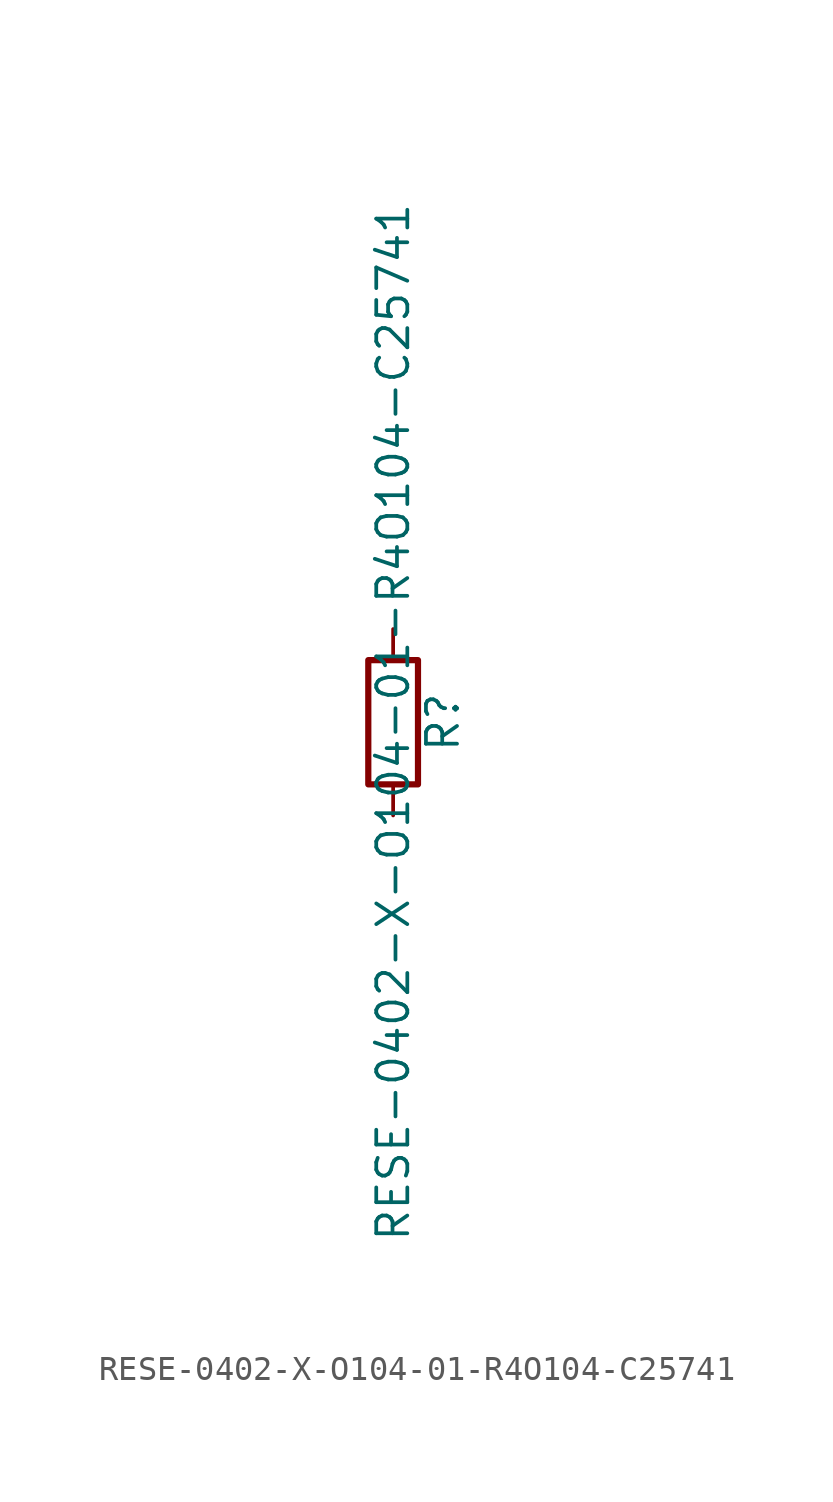
<source format=kicad_sym>
(kicad_symbol_lib
  (version 20211014)
  (generator kicad_symbol_editor)
  (symbol "RESE-0402-X-O104-01-R4O104-C25741"
    (pin_numbers hide)
    (pin_names
      (offset 0))
    (property "Reference" "R"
      (at 2.032 0 90)
      (effects (font (size 1.27 1.27))))
    (property "Value" "RESE-0402-X-O104-01-R4O104-C25741"
      (at 0 0 90)
      (effects (font (size 1.27 1.27))))
    (symbol "RESE-0402-X-O104-01-R4O104-C25741_0_1"
      (rectangle (start -1.016 -2.54) (end 1.016 2.54) (stroke (width 0.254) (type default) (color 0 0 0 0)) (fill (type none))))
    (symbol "RESE-0402-X-O104-01-R4O104-C25741_1_1"
      (pin passive line (at 0 3.81 270) (length 1.27) (name "~" (effects (font (size 1.27 1.27)))) (number "1" (effects (font (size 1.27 1.27)))))
      (pin passive line (at 0 -3.81 90) (length 1.27) (name "~" (effects (font (size 1.27 1.27)))) (number "2" (effects (font (size 1.27 1.27))))))))
</source>
